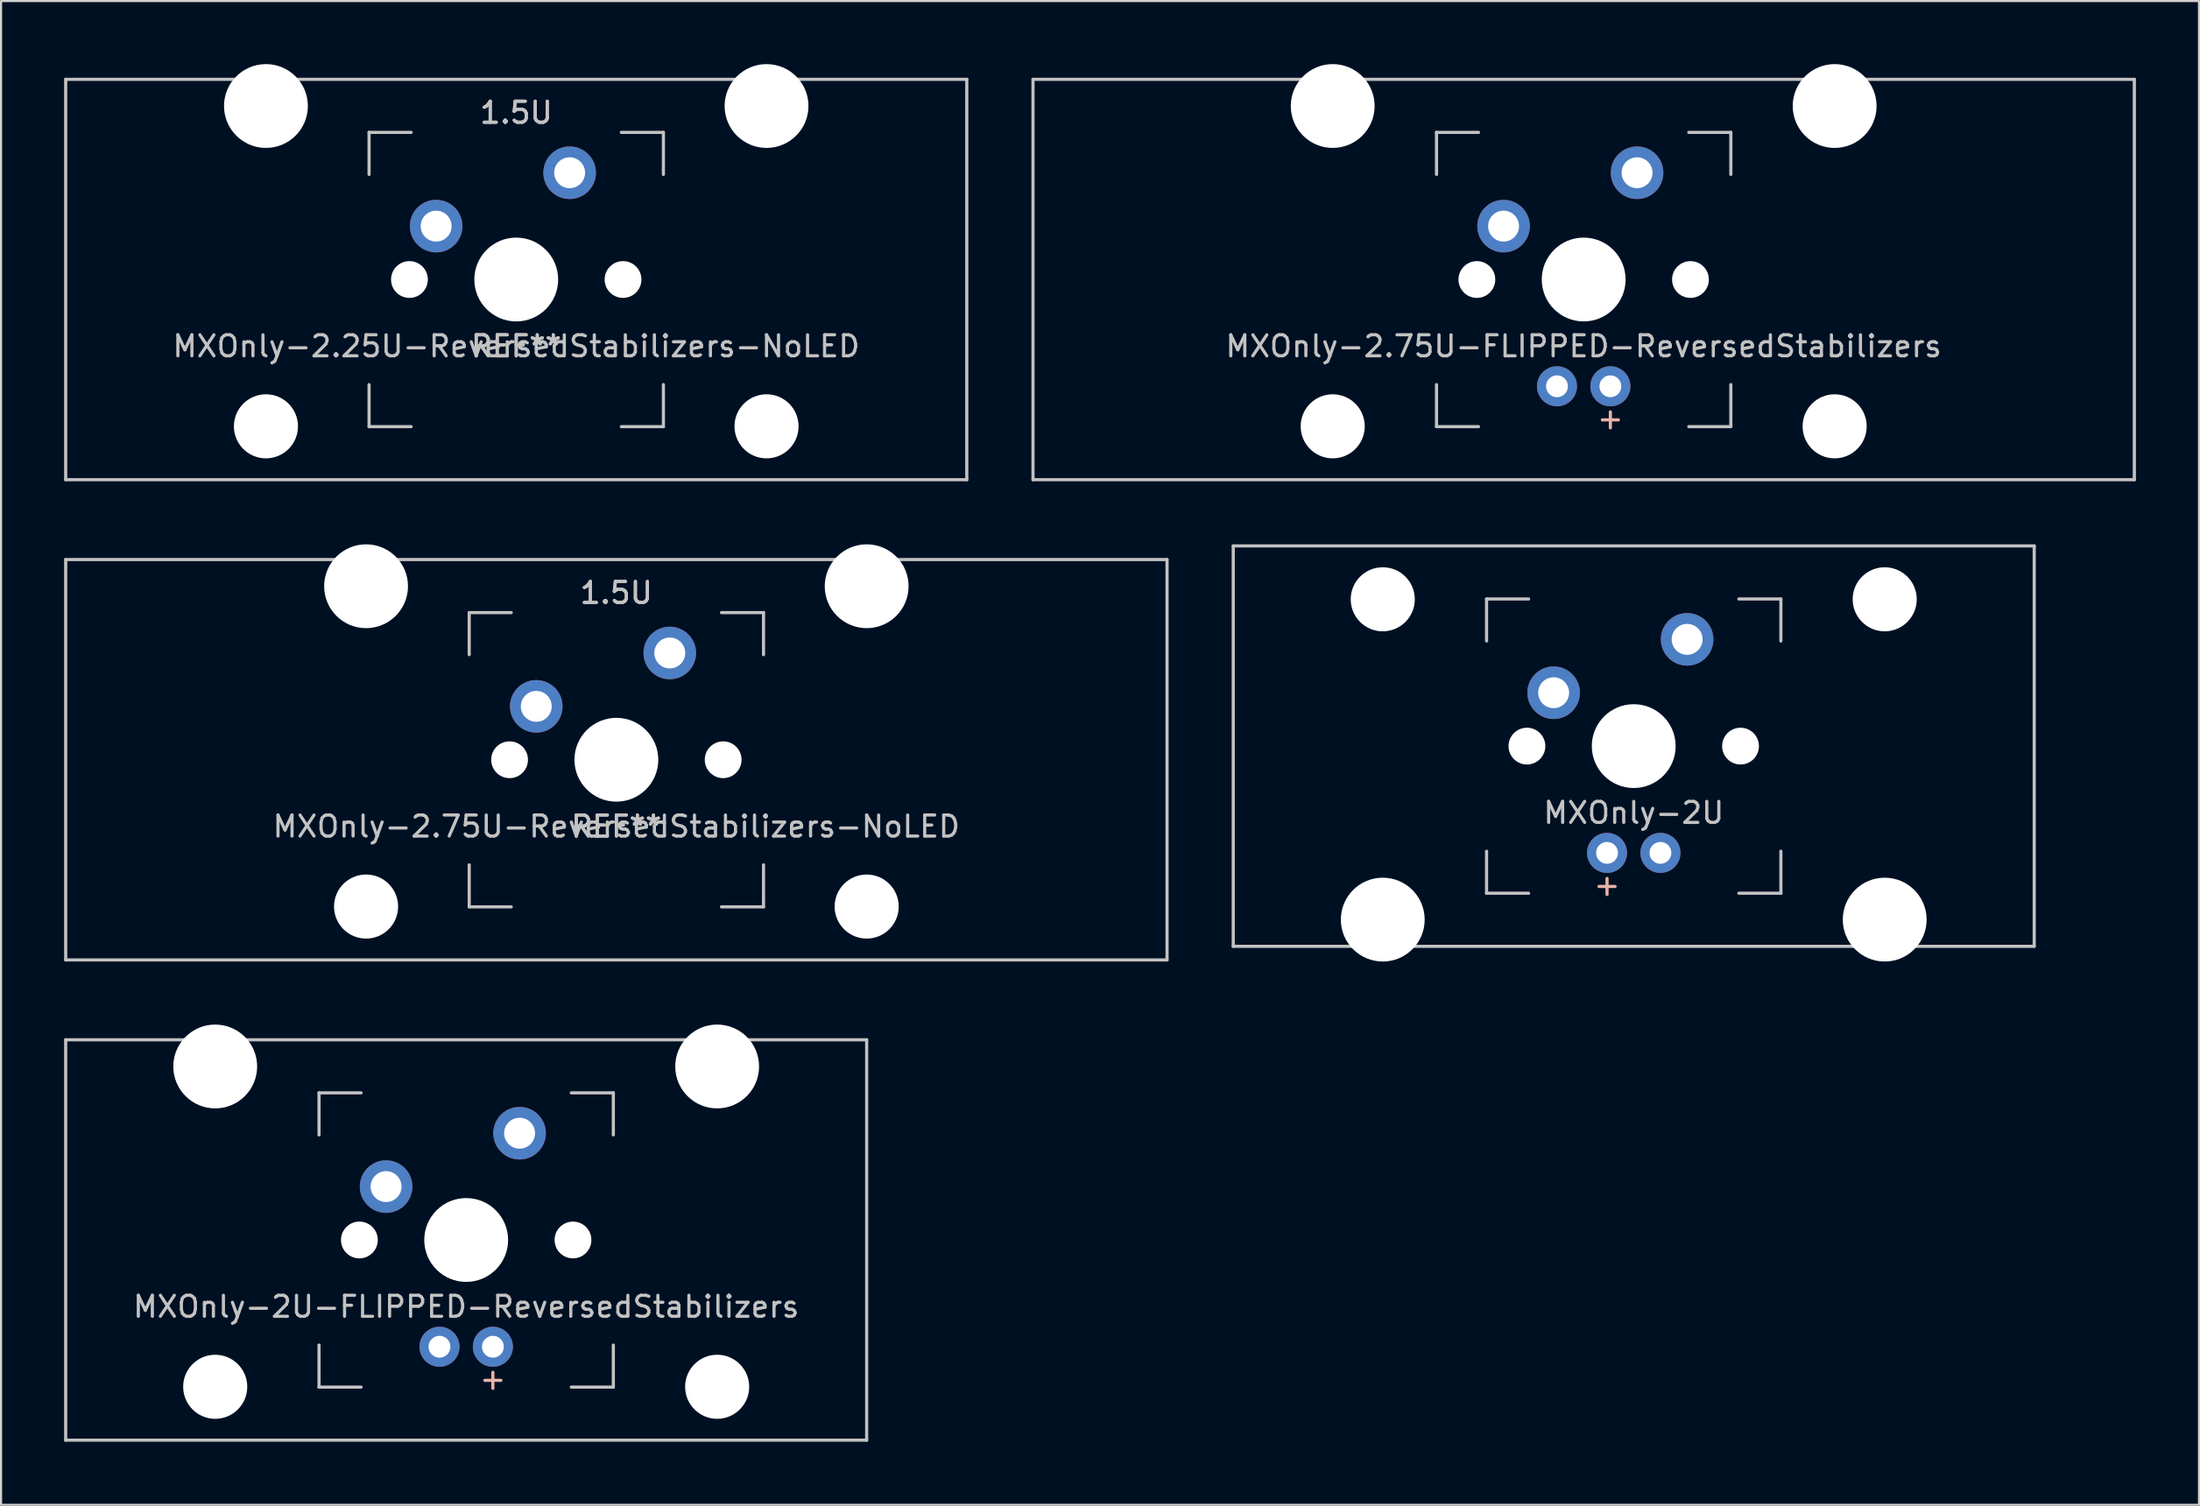
<source format=kicad_pcb>
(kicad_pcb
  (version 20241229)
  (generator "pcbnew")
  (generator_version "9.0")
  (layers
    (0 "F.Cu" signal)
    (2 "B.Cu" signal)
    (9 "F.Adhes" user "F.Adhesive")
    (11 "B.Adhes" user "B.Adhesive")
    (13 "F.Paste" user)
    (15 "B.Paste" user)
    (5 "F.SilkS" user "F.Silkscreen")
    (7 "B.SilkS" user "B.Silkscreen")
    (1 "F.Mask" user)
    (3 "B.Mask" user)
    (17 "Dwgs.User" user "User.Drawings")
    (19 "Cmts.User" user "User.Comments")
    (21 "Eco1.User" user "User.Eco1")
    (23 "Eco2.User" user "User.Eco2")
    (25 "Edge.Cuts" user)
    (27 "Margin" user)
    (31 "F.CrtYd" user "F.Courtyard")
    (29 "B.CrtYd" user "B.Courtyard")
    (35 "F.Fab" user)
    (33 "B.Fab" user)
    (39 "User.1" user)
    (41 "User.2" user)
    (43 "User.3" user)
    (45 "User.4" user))
  (footprint "MXOnly-2.75U-FLIPPED-ReversedStabilizers"
    (layer "F.Cu")
    (at 72.281 10.249)
    (property "Reference" "MXOnly-2.75U-FLIPPED-ReversedStabilizers" (at 0 3.175 0) (layer "Dwgs.User") (effects (font (size 1 1) (thickness 0.15))))
    (attr through_hole)
    (fp_line (start -26.194 -9.525) (end 26.194 -9.525) (stroke (width 0.15) (type solid)) (layer "Dwgs.User"))
    (fp_line (start -26.194 9.525) (end -26.194 -9.525) (stroke (width 0.15) (type solid)) (layer "Dwgs.User"))
    (fp_line (start -26.194 9.525) (end 26.194 9.525) (stroke (width 0.15) (type solid)) (layer "Dwgs.User"))
    (fp_line (start -7 -7) (end -7 -5) (stroke (width 0.15) (type solid)) (layer "Dwgs.User"))
    (fp_line (start -7 5) (end -7 7) (stroke (width 0.15) (type solid)) (layer "Dwgs.User"))
    (fp_line (start -7 7) (end -5 7) (stroke (width 0.15) (type solid)) (layer "Dwgs.User"))
    (fp_line (start -5 -7) (end -7 -7) (stroke (width 0.15) (type solid)) (layer "Dwgs.User"))
    (fp_line (start 5 -7) (end 7 -7) (stroke (width 0.15) (type solid)) (layer "Dwgs.User"))
    (fp_line (start 5 7) (end 7 7) (stroke (width 0.15) (type solid)) (layer "Dwgs.User"))
    (fp_line (start 7 -7) (end 7 -5) (stroke (width 0.15) (type solid)) (layer "Dwgs.User"))
    (fp_line (start 7 7) (end 7 5) (stroke (width 0.15) (type solid)) (layer "Dwgs.User"))
    (fp_line (start 26.194 -9.525) (end 26.194 9.525) (stroke (width 0.15) (type solid)) (layer "Dwgs.User"))
    (fp_text user "+" (at 1.27 6.604 0) (layer "B.SilkS") (effects (font (size 1 1) (thickness 0.15))))
    (pad "" np_thru_hole circle (at -11.938 -8.255) (size 3.988 3.988) (drill 3.988) (layers "*.Cu" "*.Mask"))
    (pad "" np_thru_hole circle (at -11.938 6.985) (size 3.048 3.048) (drill 3.048) (layers "*.Cu" "*.Mask"))
    (pad "" np_thru_hole circle (at -5.08 0 48.1) (size 1.75 1.75) (drill 1.75) (layers "*.Cu" "*.Mask"))
    (pad "" np_thru_hole circle (at 0 0) (size 3.988 3.988) (drill 3.988) (layers "*.Cu" "*.Mask"))
    (pad "" np_thru_hole circle (at 5.08 0 48.1) (size 1.75 1.75) (drill 1.75) (layers "*.Cu" "*.Mask"))
    (pad "" np_thru_hole circle (at 11.938 -8.255) (size 3.988 3.988) (drill 3.988) (layers "*.Cu" "*.Mask"))
    (pad "" np_thru_hole circle (at 11.938 6.985) (size 3.048 3.048) (drill 3.048) (layers "*.Cu" "*.Mask"))
    (pad "1" thru_hole circle (at -3.81 -2.54) (size 2.5 2.5) (drill 1.47) (layers "*.Cu" "*.Mask"))
    (pad "2" thru_hole circle (at 2.54 -5.08) (size 2.5 2.5) (drill 1.47) (layers "*.Cu" "*.Mask"))
    (pad "3" thru_hole circle (at 1.27 5.08) (size 1.905 1.905) (drill 1.04) (layers "*.Cu" "*.Mask"))
    (pad "4" thru_hole circle (at -1.27 5.08) (size 1.905 1.905) (drill 1.04) (layers "*.Cu" "*.Mask")))
  (footprint "MXOnly-2U"
    (layer "F.Cu")
    (at 74.662 32.449)
    (property "Reference" "MXOnly-2U" (at 0 3.175 0) (layer "Dwgs.User") (effects (font (size 1 1) (thickness 0.15))))
    (attr through_hole)
    (fp_line (start -19.05 -9.525) (end 19.05 -9.525) (stroke (width 0.15) (type solid)) (layer "Dwgs.User"))
    (fp_line (start -19.05 9.525) (end -19.05 -9.525) (stroke (width 0.15) (type solid)) (layer "Dwgs.User"))
    (fp_line (start -19.05 9.525) (end 19.05 9.525) (stroke (width 0.15) (type solid)) (layer "Dwgs.User"))
    (fp_line (start -7 -7) (end -7 -5) (stroke (width 0.15) (type solid)) (layer "Dwgs.User"))
    (fp_line (start -7 5) (end -7 7) (stroke (width 0.15) (type solid)) (layer "Dwgs.User"))
    (fp_line (start -7 7) (end -5 7) (stroke (width 0.15) (type solid)) (layer "Dwgs.User"))
    (fp_line (start -5 -7) (end -7 -7) (stroke (width 0.15) (type solid)) (layer "Dwgs.User"))
    (fp_line (start 5 -7) (end 7 -7) (stroke (width 0.15) (type solid)) (layer "Dwgs.User"))
    (fp_line (start 5 7) (end 7 7) (stroke (width 0.15) (type solid)) (layer "Dwgs.User"))
    (fp_line (start 7 -7) (end 7 -5) (stroke (width 0.15) (type solid)) (layer "Dwgs.User"))
    (fp_line (start 7 7) (end 7 5) (stroke (width 0.15) (type solid)) (layer "Dwgs.User"))
    (fp_line (start 19.05 -9.525) (end 19.05 9.525) (stroke (width 0.15) (type solid)) (layer "Dwgs.User"))
    (fp_text user "+" (at -1.27 6.604 0) (layer "B.SilkS") (effects (font (size 1 1) (thickness 0.15))))
    (pad "" np_thru_hole circle (at -11.938 -6.985) (size 3.048 3.048) (drill 3.048) (layers "*.Cu" "*.Mask"))
    (pad "" np_thru_hole circle (at -11.938 8.255) (size 3.988 3.988) (drill 3.988) (layers "*.Cu" "*.Mask"))
    (pad "" np_thru_hole circle (at -5.08 0 48.1) (size 1.75 1.75) (drill 1.75) (layers "*.Cu" "*.Mask"))
    (pad "" np_thru_hole circle (at 0 0) (size 3.988 3.988) (drill 3.988) (layers "*.Cu" "*.Mask"))
    (pad "" np_thru_hole circle (at 5.08 0 48.1) (size 1.75 1.75) (drill 1.75) (layers "*.Cu" "*.Mask"))
    (pad "" np_thru_hole circle (at 11.938 -6.985) (size 3.048 3.048) (drill 3.048) (layers "*.Cu" "*.Mask"))
    (pad "" np_thru_hole circle (at 11.938 8.255) (size 3.988 3.988) (drill 3.988) (layers "*.Cu" "*.Mask"))
    (pad "1" thru_hole circle (at -3.81 -2.54) (size 2.5 2.5) (drill 1.47) (layers "*.Cu" "*.Mask"))
    (pad "2" thru_hole circle (at 2.54 -5.08) (size 2.5 2.5) (drill 1.47) (layers "*.Cu" "*.Mask"))
    (pad "3" thru_hole circle (at -1.27 5.08) (size 1.905 1.905) (drill 1.04) (layers "*.Cu" "*.Mask"))
    (pad "4" thru_hole circle (at 1.27 5.08) (size 1.905 1.905) (drill 1.04) (layers "*.Cu" "*.Mask")))
  (footprint "MXOnly-2.25U-ReversedStabilizers-NoLED"
    (layer "F.Cu")
    (at 21.506 10.249)
    (property "Reference" "MXOnly-2.25U-ReversedStabilizers-NoLED" (at 0 3.175 0) (layer "Dwgs.User") (effects (font (size 1 1) (thickness 0.15))))
    (attr through_hole)
    (fp_line (start -21.431 -9.525) (end 21.431 -9.525) (stroke (width 0.15) (type solid)) (layer "Dwgs.User"))
    (fp_line (start -21.431 9.525) (end -21.431 -9.525) (stroke (width 0.15) (type solid)) (layer "Dwgs.User"))
    (fp_line (start -21.431 9.525) (end 21.431 9.525) (stroke (width 0.15) (type solid)) (layer "Dwgs.User"))
    (fp_line (start -7 -7) (end -7 -5) (stroke (width 0.15) (type solid)) (layer "Dwgs.User"))
    (fp_line (start -7 5) (end -7 7) (stroke (width 0.15) (type solid)) (layer "Dwgs.User"))
    (fp_line (start -7 7) (end -5 7) (stroke (width 0.15) (type solid)) (layer "Dwgs.User"))
    (fp_line (start -5 -7) (end -7 -7) (stroke (width 0.15) (type solid)) (layer "Dwgs.User"))
    (fp_line (start 5 -7) (end 7 -7) (stroke (width 0.15) (type solid)) (layer "Dwgs.User"))
    (fp_line (start 5 7) (end 7 7) (stroke (width 0.15) (type solid)) (layer "Dwgs.User"))
    (fp_line (start 7 -7) (end 7 -5) (stroke (width 0.15) (type solid)) (layer "Dwgs.User"))
    (fp_line (start 7 7) (end 7 5) (stroke (width 0.15) (type solid)) (layer "Dwgs.User"))
    (fp_line (start 21.431 -9.525) (end 21.431 9.525) (stroke (width 0.15) (type solid)) (layer "Dwgs.User"))
    (fp_text user "REF**" (at 0 3.175 0) (layer "Dwgs.User") (effects (font (size 1 1) (thickness 0.15))))
    (fp_text user "REF**" (at 0 3.175 0) (layer "Dwgs.User") (effects (font (size 1 1) (thickness 0.15))))
    (fp_text user "1.5U" (at 0 -7.938 0) (layer "Dwgs.User") (effects (font (size 1 1) (thickness 0.15))))
    (fp_text user "1.5U" (at 0 -7.938 0) (layer "Dwgs.User") (effects (font (size 1 1) (thickness 0.15))))
    (pad "" np_thru_hole circle (at -11.906 -8.255) (size 3.988 3.988) (drill 3.988) (layers "*.Cu" "*.Mask"))
    (pad "" np_thru_hole circle (at -11.906 6.985) (size 3.048 3.048) (drill 3.048) (layers "*.Cu" "*.Mask"))
    (pad "" np_thru_hole circle (at -5.08 0 48.1) (size 1.75 1.75) (drill 1.75) (layers "*.Cu" "*.Mask"))
    (pad "" np_thru_hole circle (at 0 0) (size 3.988 3.988) (drill 3.988) (layers "*.Cu" "*.Mask"))
    (pad "" np_thru_hole circle (at 5.08 0 48.1) (size 1.75 1.75) (drill 1.75) (layers "*.Cu" "*.Mask"))
    (pad "" np_thru_hole circle (at 11.906 -8.255) (size 3.988 3.988) (drill 3.988) (layers "*.Cu" "*.Mask"))
    (pad "" np_thru_hole circle (at 11.906 6.985) (size 3.048 3.048) (drill 3.048) (layers "*.Cu" "*.Mask"))
    (pad "1" thru_hole circle (at -3.81 -2.54) (size 2.5 2.5) (drill 1.47) (layers "*.Cu" "B.Mask"))
    (pad "2" thru_hole circle (at 2.54 -5.08) (size 2.5 2.5) (drill 1.47) (layers "*.Cu" "B.Mask")))
  (footprint "MXOnly-2.75U-ReversedStabilizers-NoLED"
    (layer "F.Cu")
    (at 26.269 33.098)
    (property "Reference" "MXOnly-2.75U-ReversedStabilizers-NoLED" (at 0 3.175 0) (layer "Dwgs.User") (effects (font (size 1 1) (thickness 0.15))))
    (attr through_hole)
    (fp_line (start -26.194 -9.525) (end 26.194 -9.525) (stroke (width 0.15) (type solid)) (layer "Dwgs.User"))
    (fp_line (start -26.194 9.525) (end -26.194 -9.525) (stroke (width 0.15) (type solid)) (layer "Dwgs.User"))
    (fp_line (start -26.194 9.525) (end 26.194 9.525) (stroke (width 0.15) (type solid)) (layer "Dwgs.User"))
    (fp_line (start -7 -7) (end -7 -5) (stroke (width 0.15) (type solid)) (layer "Dwgs.User"))
    (fp_line (start -7 5) (end -7 7) (stroke (width 0.15) (type solid)) (layer "Dwgs.User"))
    (fp_line (start -7 7) (end -5 7) (stroke (width 0.15) (type solid)) (layer "Dwgs.User"))
    (fp_line (start -5 -7) (end -7 -7) (stroke (width 0.15) (type solid)) (layer "Dwgs.User"))
    (fp_line (start 5 -7) (end 7 -7) (stroke (width 0.15) (type solid)) (layer "Dwgs.User"))
    (fp_line (start 5 7) (end 7 7) (stroke (width 0.15) (type solid)) (layer "Dwgs.User"))
    (fp_line (start 7 -7) (end 7 -5) (stroke (width 0.15) (type solid)) (layer "Dwgs.User"))
    (fp_line (start 7 7) (end 7 5) (stroke (width 0.15) (type solid)) (layer "Dwgs.User"))
    (fp_line (start 26.194 -9.525) (end 26.194 9.525) (stroke (width 0.15) (type solid)) (layer "Dwgs.User"))
    (fp_text user "1.5U" (at 0 -7.938 0) (layer "Dwgs.User") (effects (font (size 1 1) (thickness 0.15))))
    (fp_text user "1.5U" (at 0 -7.938 0) (layer "Dwgs.User") (effects (font (size 1 1) (thickness 0.15))))
    (fp_text user "REF**" (at 0 3.175 0) (layer "Dwgs.User") (effects (font (size 1 1) (thickness 0.15))))
    (fp_text user "REF**" (at 0 3.175 0) (layer "Dwgs.User") (effects (font (size 1 1) (thickness 0.15))))
    (pad "" np_thru_hole circle (at -11.906 -8.255) (size 3.988 3.988) (drill 3.988) (layers "*.Cu" "*.Mask"))
    (pad "" np_thru_hole circle (at -11.906 6.985) (size 3.048 3.048) (drill 3.048) (layers "*.Cu" "*.Mask"))
    (pad "" np_thru_hole circle (at -5.08 0 48.1) (size 1.75 1.75) (drill 1.75) (layers "*.Cu" "*.Mask"))
    (pad "" np_thru_hole circle (at 0 0) (size 3.988 3.988) (drill 3.988) (layers "*.Cu" "*.Mask"))
    (pad "" np_thru_hole circle (at 5.08 0 48.1) (size 1.75 1.75) (drill 1.75) (layers "*.Cu" "*.Mask"))
    (pad "" np_thru_hole circle (at 11.906 -8.255) (size 3.988 3.988) (drill 3.988) (layers "*.Cu" "*.Mask"))
    (pad "" np_thru_hole circle (at 11.906 6.985) (size 3.048 3.048) (drill 3.048) (layers "*.Cu" "*.Mask"))
    (pad "1" thru_hole circle (at -3.81 -2.54) (size 2.5 2.5) (drill 1.47) (layers "*.Cu" "B.Mask"))
    (pad "2" thru_hole circle (at 2.54 -5.08) (size 2.5 2.5) (drill 1.47) (layers "*.Cu" "B.Mask")))
  (footprint "MXOnly-2U-FLIPPED-ReversedStabilizers"
    (layer "F.Cu")
    (at 19.125 55.947)
    (property "Reference" "MXOnly-2U-FLIPPED-ReversedStabilizers" (at 0 3.175 0) (layer "Dwgs.User") (effects (font (size 1 1) (thickness 0.15))))
    (attr through_hole)
    (fp_line (start -19.05 -9.525) (end 19.05 -9.525) (stroke (width 0.15) (type solid)) (layer "Dwgs.User"))
    (fp_line (start -19.05 9.525) (end -19.05 -9.525) (stroke (width 0.15) (type solid)) (layer "Dwgs.User"))
    (fp_line (start -19.05 9.525) (end 19.05 9.525) (stroke (width 0.15) (type solid)) (layer "Dwgs.User"))
    (fp_line (start -7 -7) (end -7 -5) (stroke (width 0.15) (type solid)) (layer "Dwgs.User"))
    (fp_line (start -7 5) (end -7 7) (stroke (width 0.15) (type solid)) (layer "Dwgs.User"))
    (fp_line (start -7 7) (end -5 7) (stroke (width 0.15) (type solid)) (layer "Dwgs.User"))
    (fp_line (start -5 -7) (end -7 -7) (stroke (width 0.15) (type solid)) (layer "Dwgs.User"))
    (fp_line (start 5 -7) (end 7 -7) (stroke (width 0.15) (type solid)) (layer "Dwgs.User"))
    (fp_line (start 5 7) (end 7 7) (stroke (width 0.15) (type solid)) (layer "Dwgs.User"))
    (fp_line (start 7 -7) (end 7 -5) (stroke (width 0.15) (type solid)) (layer "Dwgs.User"))
    (fp_line (start 7 7) (end 7 5) (stroke (width 0.15) (type solid)) (layer "Dwgs.User"))
    (fp_line (start 19.05 -9.525) (end 19.05 9.525) (stroke (width 0.15) (type solid)) (layer "Dwgs.User"))
    (fp_text user "+" (at 1.27 6.604 0) (layer "B.SilkS") (effects (font (size 1 1) (thickness 0.15))))
    (pad "" np_thru_hole circle (at -11.938 -8.255) (size 3.988 3.988) (drill 3.988) (layers "*.Cu" "*.Mask"))
    (pad "" np_thru_hole circle (at -11.938 6.985) (size 3.048 3.048) (drill 3.048) (layers "*.Cu" "*.Mask"))
    (pad "" np_thru_hole circle (at -5.08 0 48.1) (size 1.75 1.75) (drill 1.75) (layers "*.Cu" "*.Mask"))
    (pad "" np_thru_hole circle (at 0 0) (size 3.988 3.988) (drill 3.988) (layers "*.Cu" "*.Mask"))
    (pad "" np_thru_hole circle (at 5.08 0 48.1) (size 1.75 1.75) (drill 1.75) (layers "*.Cu" "*.Mask"))
    (pad "" np_thru_hole circle (at 11.938 -8.255) (size 3.988 3.988) (drill 3.988) (layers "*.Cu" "*.Mask"))
    (pad "" np_thru_hole circle (at 11.938 6.985) (size 3.048 3.048) (drill 3.048) (layers "*.Cu" "*.Mask"))
    (pad "1" thru_hole circle (at -3.81 -2.54) (size 2.5 2.5) (drill 1.47) (layers "*.Cu" "*.Mask"))
    (pad "2" thru_hole circle (at 2.54 -5.08) (size 2.5 2.5) (drill 1.47) (layers "*.Cu" "*.Mask"))
    (pad "3" thru_hole circle (at 1.27 5.08) (size 1.905 1.905) (drill 1.04) (layers "*.Cu" "*.Mask"))
    (pad "4" thru_hole circle (at -1.27 5.08) (size 1.905 1.905) (drill 1.04) (layers "*.Cu" "*.Mask")))
  (gr_rect
    (start -3 -3)
    (end 101.55 68.547)
    (stroke (width 0.1) (type default))
    (fill no)
    (layer "Edge.Cuts")))
</source>
